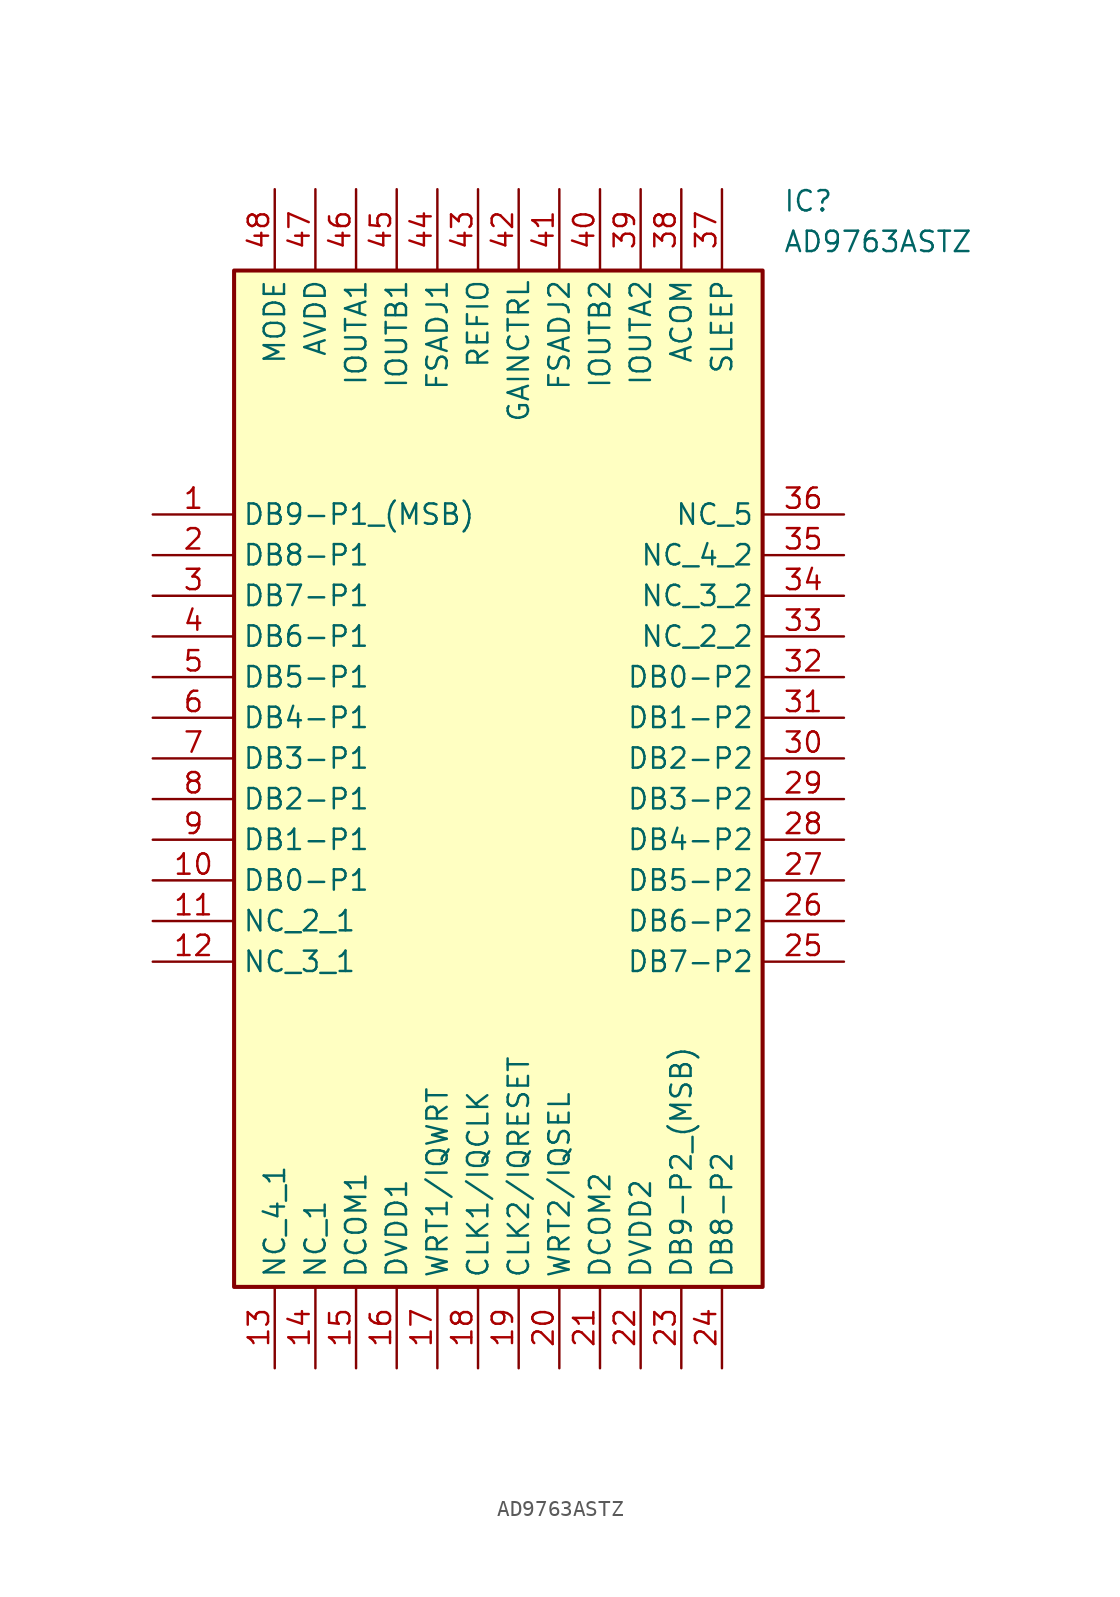
<source format=kicad_sym>
(kicad_symbol_lib
  (version 20211014)
  (generator SamacSys_ECAD_Model)
  (symbol "AD9763ASTZ"
    (property "Reference" "IC"
      (at 39.37 20.32 0)
      (effects (font (size 1.27 1.27)) (justify left top)))
    (property "Value" "AD9763ASTZ"
      (at 39.37 17.78 0)
      (effects (font (size 1.27 1.27)) (justify left top)))
    (rectangle
      (start 5.08 15.24)
      (end 38.1 -48.26)
      (stroke (width 0.254) (type default))
      (fill (type background)))
    (pin passive line
      (at 0 0 0)
      (length 5.08)
      (name "DB9-P1_(MSB)" (effects (font (size 1.27 1.27))))
      (number "1" (effects (font (size 1.27 1.27)))))
    (pin passive line
      (at 0 -2.54 0)
      (length 5.08)
      (name "DB8-P1" (effects (font (size 1.27 1.27))))
      (number "2" (effects (font (size 1.27 1.27)))))
    (pin passive line
      (at 0 -5.08 0)
      (length 5.08)
      (name "DB7-P1" (effects (font (size 1.27 1.27))))
      (number "3" (effects (font (size 1.27 1.27)))))
    (pin passive line
      (at 0 -7.62 0)
      (length 5.08)
      (name "DB6-P1" (effects (font (size 1.27 1.27))))
      (number "4" (effects (font (size 1.27 1.27)))))
    (pin passive line
      (at 0 -10.16 0)
      (length 5.08)
      (name "DB5-P1" (effects (font (size 1.27 1.27))))
      (number "5" (effects (font (size 1.27 1.27)))))
    (pin passive line
      (at 0 -12.7 0)
      (length 5.08)
      (name "DB4-P1" (effects (font (size 1.27 1.27))))
      (number "6" (effects (font (size 1.27 1.27)))))
    (pin passive line
      (at 0 -15.24 0)
      (length 5.08)
      (name "DB3-P1" (effects (font (size 1.27 1.27))))
      (number "7" (effects (font (size 1.27 1.27)))))
    (pin passive line
      (at 0 -17.78 0)
      (length 5.08)
      (name "DB2-P1" (effects (font (size 1.27 1.27))))
      (number "8" (effects (font (size 1.27 1.27)))))
    (pin passive line
      (at 0 -20.32 0)
      (length 5.08)
      (name "DB1-P1" (effects (font (size 1.27 1.27))))
      (number "9" (effects (font (size 1.27 1.27)))))
    (pin passive line
      (at 0 -22.86 0)
      (length 5.08)
      (name "DB0-P1" (effects (font (size 1.27 1.27))))
      (number "10" (effects (font (size 1.27 1.27)))))
    (pin passive line
      (at 0 -25.4 0)
      (length 5.08)
      (name "NC_2_1" (effects (font (size 1.27 1.27))))
      (number "11" (effects (font (size 1.27 1.27)))))
    (pin passive line
      (at 0 -27.94 0)
      (length 5.08)
      (name "NC_3_1" (effects (font (size 1.27 1.27))))
      (number "12" (effects (font (size 1.27 1.27)))))
    (pin passive line
      (at 7.62 -53.34 90)
      (length 5.08)
      (name "NC_4_1" (effects (font (size 1.27 1.27))))
      (number "13" (effects (font (size 1.27 1.27)))))
    (pin passive line
      (at 10.16 -53.34 90)
      (length 5.08)
      (name "NC_1" (effects (font (size 1.27 1.27))))
      (number "14" (effects (font (size 1.27 1.27)))))
    (pin passive line
      (at 12.7 -53.34 90)
      (length 5.08)
      (name "DCOM1" (effects (font (size 1.27 1.27))))
      (number "15" (effects (font (size 1.27 1.27)))))
    (pin passive line
      (at 15.24 -53.34 90)
      (length 5.08)
      (name "DVDD1" (effects (font (size 1.27 1.27))))
      (number "16" (effects (font (size 1.27 1.27)))))
    (pin passive line
      (at 17.78 -53.34 90)
      (length 5.08)
      (name "WRT1/IQWRT" (effects (font (size 1.27 1.27))))
      (number "17" (effects (font (size 1.27 1.27)))))
    (pin passive line
      (at 20.32 -53.34 90)
      (length 5.08)
      (name "CLK1/IQCLK" (effects (font (size 1.27 1.27))))
      (number "18" (effects (font (size 1.27 1.27)))))
    (pin passive line
      (at 22.86 -53.34 90)
      (length 5.08)
      (name "CLK2/IQRESET" (effects (font (size 1.27 1.27))))
      (number "19" (effects (font (size 1.27 1.27)))))
    (pin passive line
      (at 25.4 -53.34 90)
      (length 5.08)
      (name "WRT2/IQSEL" (effects (font (size 1.27 1.27))))
      (number "20" (effects (font (size 1.27 1.27)))))
    (pin passive line
      (at 27.94 -53.34 90)
      (length 5.08)
      (name "DCOM2" (effects (font (size 1.27 1.27))))
      (number "21" (effects (font (size 1.27 1.27)))))
    (pin passive line
      (at 30.48 -53.34 90)
      (length 5.08)
      (name "DVDD2" (effects (font (size 1.27 1.27))))
      (number "22" (effects (font (size 1.27 1.27)))))
    (pin passive line
      (at 33.02 -53.34 90)
      (length 5.08)
      (name "DB9-P2_(MSB)" (effects (font (size 1.27 1.27))))
      (number "23" (effects (font (size 1.27 1.27)))))
    (pin passive line
      (at 35.56 -53.34 90)
      (length 5.08)
      (name "DB8-P2" (effects (font (size 1.27 1.27))))
      (number "24" (effects (font (size 1.27 1.27)))))
    (pin passive line
      (at 43.18 -27.94 180)
      (length 5.08)
      (name "DB7-P2" (effects (font (size 1.27 1.27))))
      (number "25" (effects (font (size 1.27 1.27)))))
    (pin passive line
      (at 43.18 -25.4 180)
      (length 5.08)
      (name "DB6-P2" (effects (font (size 1.27 1.27))))
      (number "26" (effects (font (size 1.27 1.27)))))
    (pin passive line
      (at 43.18 -22.86 180)
      (length 5.08)
      (name "DB5-P2" (effects (font (size 1.27 1.27))))
      (number "27" (effects (font (size 1.27 1.27)))))
    (pin passive line
      (at 43.18 -20.32 180)
      (length 5.08)
      (name "DB4-P2" (effects (font (size 1.27 1.27))))
      (number "28" (effects (font (size 1.27 1.27)))))
    (pin passive line
      (at 43.18 -17.78 180)
      (length 5.08)
      (name "DB3-P2" (effects (font (size 1.27 1.27))))
      (number "29" (effects (font (size 1.27 1.27)))))
    (pin passive line
      (at 43.18 -15.24 180)
      (length 5.08)
      (name "DB2-P2" (effects (font (size 1.27 1.27))))
      (number "30" (effects (font (size 1.27 1.27)))))
    (pin passive line
      (at 43.18 -12.7 180)
      (length 5.08)
      (name "DB1-P2" (effects (font (size 1.27 1.27))))
      (number "31" (effects (font (size 1.27 1.27)))))
    (pin passive line
      (at 43.18 -10.16 180)
      (length 5.08)
      (name "DB0-P2" (effects (font (size 1.27 1.27))))
      (number "32" (effects (font (size 1.27 1.27)))))
    (pin passive line
      (at 43.18 -7.62 180)
      (length 5.08)
      (name "NC_2_2" (effects (font (size 1.27 1.27))))
      (number "33" (effects (font (size 1.27 1.27)))))
    (pin passive line
      (at 43.18 -5.08 180)
      (length 5.08)
      (name "NC_3_2" (effects (font (size 1.27 1.27))))
      (number "34" (effects (font (size 1.27 1.27)))))
    (pin passive line
      (at 43.18 -2.54 180)
      (length 5.08)
      (name "NC_4_2" (effects (font (size 1.27 1.27))))
      (number "35" (effects (font (size 1.27 1.27)))))
    (pin passive line
      (at 43.18 0 180)
      (length 5.08)
      (name "NC_5" (effects (font (size 1.27 1.27))))
      (number "36" (effects (font (size 1.27 1.27)))))
    (pin passive line
      (at 35.56 20.32 270)
      (length 5.08)
      (name "SLEEP" (effects (font (size 1.27 1.27))))
      (number "37" (effects (font (size 1.27 1.27)))))
    (pin passive line
      (at 33.02 20.32 270)
      (length 5.08)
      (name "ACOM" (effects (font (size 1.27 1.27))))
      (number "38" (effects (font (size 1.27 1.27)))))
    (pin passive line
      (at 30.48 20.32 270)
      (length 5.08)
      (name "IOUTA2" (effects (font (size 1.27 1.27))))
      (number "39" (effects (font (size 1.27 1.27)))))
    (pin passive line
      (at 27.94 20.32 270)
      (length 5.08)
      (name "IOUTB2" (effects (font (size 1.27 1.27))))
      (number "40" (effects (font (size 1.27 1.27)))))
    (pin passive line
      (at 25.4 20.32 270)
      (length 5.08)
      (name "FSADJ2" (effects (font (size 1.27 1.27))))
      (number "41" (effects (font (size 1.27 1.27)))))
    (pin passive line
      (at 22.86 20.32 270)
      (length 5.08)
      (name "GAINCTRL" (effects (font (size 1.27 1.27))))
      (number "42" (effects (font (size 1.27 1.27)))))
    (pin passive line
      (at 20.32 20.32 270)
      (length 5.08)
      (name "REFIO" (effects (font (size 1.27 1.27))))
      (number "43" (effects (font (size 1.27 1.27)))))
    (pin passive line
      (at 17.78 20.32 270)
      (length 5.08)
      (name "FSADJ1" (effects (font (size 1.27 1.27))))
      (number "44" (effects (font (size 1.27 1.27)))))
    (pin passive line
      (at 15.24 20.32 270)
      (length 5.08)
      (name "IOUTB1" (effects (font (size 1.27 1.27))))
      (number "45" (effects (font (size 1.27 1.27)))))
    (pin passive line
      (at 12.7 20.32 270)
      (length 5.08)
      (name "IOUTA1" (effects (font (size 1.27 1.27))))
      (number "46" (effects (font (size 1.27 1.27)))))
    (pin passive line
      (at 10.16 20.32 270)
      (length 5.08)
      (name "AVDD" (effects (font (size 1.27 1.27))))
      (number "47" (effects (font (size 1.27 1.27)))))
    (pin passive line
      (at 7.62 20.32 270)
      (length 5.08)
      (name "MODE" (effects (font (size 1.27 1.27))))
      (number "48" (effects (font (size 1.27 1.27)))))))
</source>
